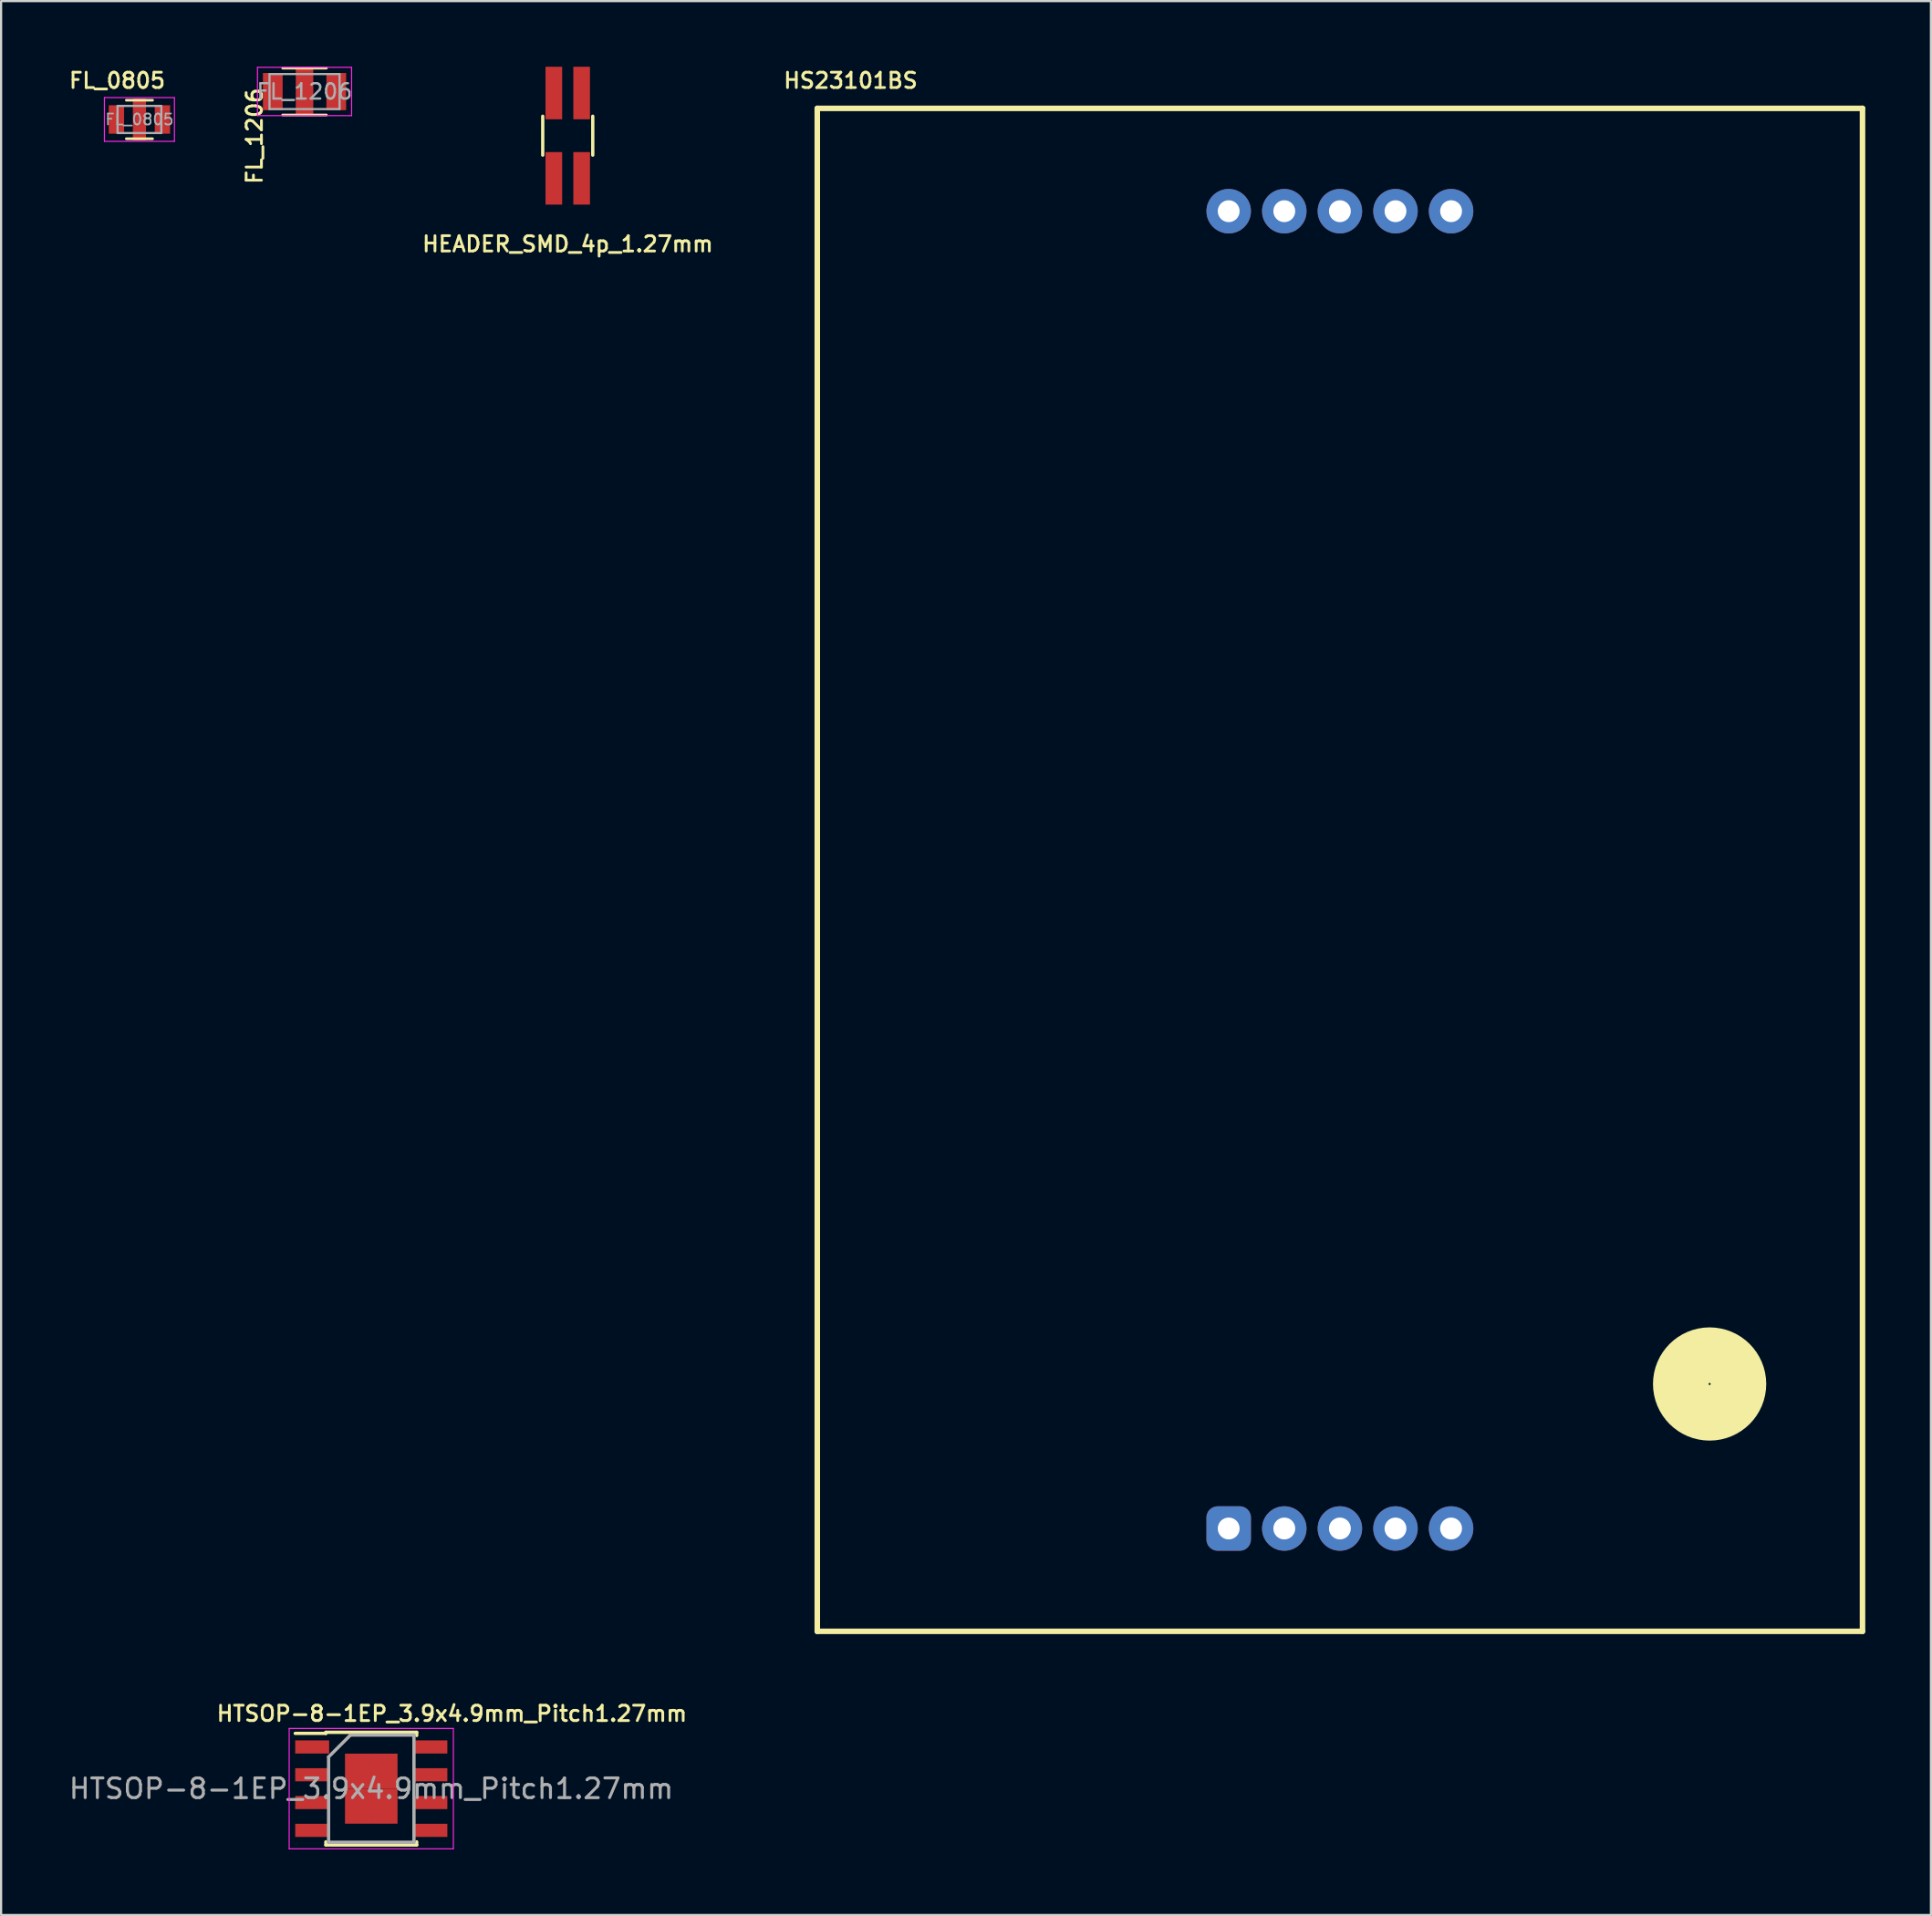
<source format=kicad_pcb>
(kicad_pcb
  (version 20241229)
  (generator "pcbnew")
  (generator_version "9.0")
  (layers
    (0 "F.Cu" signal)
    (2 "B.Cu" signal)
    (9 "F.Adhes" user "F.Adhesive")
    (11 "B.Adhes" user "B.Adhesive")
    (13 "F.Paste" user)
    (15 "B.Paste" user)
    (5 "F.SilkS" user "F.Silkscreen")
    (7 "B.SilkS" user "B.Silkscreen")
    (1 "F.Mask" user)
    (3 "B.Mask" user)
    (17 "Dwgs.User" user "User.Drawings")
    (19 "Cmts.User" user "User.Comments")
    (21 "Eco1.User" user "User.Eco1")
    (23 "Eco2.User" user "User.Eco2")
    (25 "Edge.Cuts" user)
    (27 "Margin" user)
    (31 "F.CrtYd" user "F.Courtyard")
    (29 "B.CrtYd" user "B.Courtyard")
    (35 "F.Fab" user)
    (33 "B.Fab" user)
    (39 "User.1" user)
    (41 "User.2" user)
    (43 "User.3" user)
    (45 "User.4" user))
  (footprint "HS23101BS"
    (layer "F.Cu")
    (at 58.164 36.7)
    (property "Reference" "HS23101BS" (at -22.352 -36.068 0) (layer "F.SilkS") (effects (font (size 0.7 0.7) (thickness 0.127))))
    (attr through_hole)
    (fp_line (start -23.876 -34.798) (end -23.876 34.798) (stroke (width 0.254) (type solid)) (layer "F.SilkS"))
    (fp_line (start -23.876 34.798) (end 23.876 34.798) (stroke (width 0.254) (type solid)) (layer "F.SilkS"))
    (fp_line (start 23.876 -34.798) (end -23.876 -34.798) (stroke (width 0.254) (type solid)) (layer "F.SilkS"))
    (fp_line (start 23.876 34.798) (end 23.876 -34.798) (stroke (width 0.254) (type solid)) (layer "F.SilkS"))
    (fp_circle (center 16.891 23.495) (end 16.891 22.178) (stroke (width 2.54) (type solid)) (fill no) (layer "F.SilkS"))
    (pad "1" thru_hole roundrect (at -5.08 30.099) (size 2.032 2.032) (drill 1) (layers "*.Cu" "*.Mask") (roundrect_rratio 0.25))
    (pad "2" thru_hole circle (at -2.54 30.099) (size 2.032 2.032) (drill 1) (layers "*.Cu" "*.Mask"))
    (pad "3" thru_hole circle (at 0 30.099) (size 2.032 2.032) (drill 1) (layers "*.Cu" "*.Mask"))
    (pad "4" thru_hole circle (at 2.54 30.099) (size 2.032 2.032) (drill 1) (layers "*.Cu" "*.Mask"))
    (pad "5" thru_hole circle (at 5.08 30.099) (size 2.032 2.032) (drill 1) (layers "*.Cu" "*.Mask"))
    (pad "6" thru_hole circle (at 5.08 -30.099) (size 2.032 2.032) (drill 1) (layers "*.Cu" "*.Mask"))
    (pad "7" thru_hole circle (at 2.54 -30.099) (size 2.032 2.032) (drill 1) (layers "*.Cu" "*.Mask"))
    (pad "8" thru_hole circle (at 0 -30.099) (size 2.032 2.032) (drill 1) (layers "*.Cu" "*.Mask"))
    (pad "9" thru_hole circle (at -2.54 -30.099) (size 2.032 2.032) (drill 1) (layers "*.Cu" "*.Mask"))
    (pad "10" thru_hole circle (at -5.08 -30.099) (size 2.032 2.032) (drill 1) (layers "*.Cu" "*.Mask")))
  (footprint "HTSOP-8-1EP_3.9x4.9mm_Pitch1.27mm"
    (layer "F.Cu")
    (at 13.912 78.687)
    (property "Reference" "HTSOP-8-1EP_3.9x4.9mm_Pitch1.27mm" (at 3.683 -3.429 0) (layer "F.SilkS") (effects (font (size 0.7 0.7) (thickness 0.127))))
    (attr smd)
    (fp_line (start -2.075 -2.575) (end -2.075 -2.525) (stroke (width 0.15) (type solid)) (layer "F.SilkS"))
    (fp_line (start -2.075 -2.575) (end 2.075 -2.575) (stroke (width 0.15) (type solid)) (layer "F.SilkS"))
    (fp_line (start -2.075 -2.525) (end -3.475 -2.525) (stroke (width 0.15) (type solid)) (layer "F.SilkS"))
    (fp_line (start -2.075 2.575) (end -2.075 2.43) (stroke (width 0.15) (type solid)) (layer "F.SilkS"))
    (fp_line (start -2.075 2.575) (end 2.075 2.575) (stroke (width 0.15) (type solid)) (layer "F.SilkS"))
    (fp_line (start 2.075 -2.575) (end 2.075 -2.43) (stroke (width 0.15) (type solid)) (layer "F.SilkS"))
    (fp_line (start 2.075 2.575) (end 2.075 2.43) (stroke (width 0.15) (type solid)) (layer "F.SilkS"))
    (fp_line (start -3.75 -2.75) (end -3.75 2.75) (stroke (width 0.05) (type solid)) (layer "F.CrtYd"))
    (fp_line (start -3.75 -2.75) (end 3.75 -2.75) (stroke (width 0.05) (type solid)) (layer "F.CrtYd"))
    (fp_line (start -3.75 2.75) (end 3.75 2.75) (stroke (width 0.05) (type solid)) (layer "F.CrtYd"))
    (fp_line (start 3.75 -2.75) (end 3.75 2.75) (stroke (width 0.05) (type solid)) (layer "F.CrtYd"))
    (fp_line (start -1.95 -1.45) (end -0.95 -2.45) (stroke (width 0.15) (type solid)) (layer "F.Fab"))
    (fp_line (start -1.95 2.45) (end -1.95 -1.45) (stroke (width 0.15) (type solid)) (layer "F.Fab"))
    (fp_line (start -0.95 -2.45) (end 1.95 -2.45) (stroke (width 0.15) (type solid)) (layer "F.Fab"))
    (fp_line (start 1.95 -2.45) (end 1.95 2.45) (stroke (width 0.15) (type solid)) (layer "F.Fab"))
    (fp_line (start 1.95 2.45) (end -1.95 2.45) (stroke (width 0.15) (type solid)) (layer "F.Fab"))
    (fp_text user "${REFERENCE}" (at 0 0 0) (layer "F.Fab") (effects (font (size 0.9 0.9) (thickness 0.135))))
    (pad "1" smd rect (at -2.7 -1.905) (size 1.55 0.6) (layers "F.Cu" "F.Mask" "F.Paste"))
    (pad "2" smd rect (at -2.7 -0.635) (size 1.55 0.6) (layers "F.Cu" "F.Mask" "F.Paste"))
    (pad "3" smd rect (at -2.7 0.635) (size 1.55 0.6) (layers "F.Cu" "F.Mask" "F.Paste"))
    (pad "4" smd rect (at -2.7 1.905) (size 1.55 0.6) (layers "F.Cu" "F.Mask" "F.Paste"))
    (pad "5" smd rect (at 2.7 1.905) (size 1.55 0.6) (layers "F.Cu" "F.Mask" "F.Paste"))
    (pad "6" smd rect (at 2.7 0.635) (size 1.55 0.6) (layers "F.Cu" "F.Mask" "F.Paste"))
    (pad "7" smd rect (at 2.7 -0.635) (size 1.55 0.6) (layers "F.Cu" "F.Mask" "F.Paste"))
    (pad "8" smd rect (at 2.7 -1.905) (size 1.55 0.6) (layers "F.Cu" "F.Mask" "F.Paste"))
    (pad "9" smd rect (at -0.6 -0.8) (size 1.2 1.6) (layers "F.Cu" "F.Mask" "F.Paste"))
    (pad "9" smd rect (at -0.6 0.8) (size 1.2 1.6) (layers "F.Cu" "F.Mask" "F.Paste"))
    (pad "9" smd rect (at 0.6 -0.8) (size 1.2 1.6) (layers "F.Cu" "F.Mask" "F.Paste"))
    (pad "9" smd rect (at 0.6 0.8) (size 1.2 1.6) (layers "F.Cu" "F.Mask" "F.Paste")))
  (footprint "HEADER_SMD_4p_1.27mm"
    (layer "F.Cu")
    (at 22.888 3.15)
    (property "Reference" "HEADER_SMD_4p_1.27mm" (at 0 4.953 0) (layer "F.SilkS") (effects (font (size 0.7 0.7) (thickness 0.127))))
    (attr through_hole)
    (fp_line (start -1.143 -0.889) (end -1.143 0.889) (stroke (width 0.15) (type solid)) (layer "F.SilkS"))
    (fp_line (start 1.143 -0.889) (end 1.143 0.889) (stroke (width 0.15) (type solid)) (layer "F.SilkS"))
    (pad "1" smd rect (at -0.635 1.95) (size 0.76 2.4) (layers "F.Cu" "F.Mask" "F.Paste"))
    (pad "2" smd rect (at -0.635 -1.95) (size 0.76 2.4) (layers "F.Cu" "F.Mask" "F.Paste"))
    (pad "3" smd rect (at 0.635 1.95) (size 0.76 2.4) (layers "F.Cu" "F.Mask" "F.Paste"))
    (pad "4" smd rect (at 0.635 -1.95) (size 0.76 2.4) (layers "F.Cu" "F.Mask" "F.Paste")))
  (footprint "FL_0805"
    (layer "F.Cu")
    (at 3.32 2.41)
    (property "Reference" "FL_0805" (at -1.016 -1.778 0) (layer "F.SilkS") (effects (font (size 0.7 0.7) (thickness 0.127))))
    (attr smd)
    (fp_line (start -0.6 -0.88) (end 0.6 -0.88) (stroke (width 0.12) (type solid)) (layer "F.SilkS"))
    (fp_line (start 0.6 0.88) (end -0.6 0.88) (stroke (width 0.12) (type solid)) (layer "F.SilkS"))
    (fp_line (start -1.6 -1) (end -1.6 1) (stroke (width 0.05) (type solid)) (layer "F.CrtYd"))
    (fp_line (start -1.6 -1) (end 1.6 -1) (stroke (width 0.05) (type solid)) (layer "F.CrtYd"))
    (fp_line (start -1.6 1) (end 1.6 1) (stroke (width 0.05) (type solid)) (layer "F.CrtYd"))
    (fp_line (start 1.6 -1) (end 1.6 1) (stroke (width 0.05) (type solid)) (layer "F.CrtYd"))
    (fp_line (start -1 -0.62) (end 1 -0.62) (stroke (width 0.1) (type solid)) (layer "F.Fab"))
    (fp_line (start -1 0.62) (end -1 -0.62) (stroke (width 0.1) (type solid)) (layer "F.Fab"))
    (fp_line (start 1 -0.62) (end 1 0.62) (stroke (width 0.1) (type solid)) (layer "F.Fab"))
    (fp_line (start 1 0.62) (end -1 0.62) (stroke (width 0.1) (type solid)) (layer "F.Fab"))
    (fp_text user "${REFERENCE}" (at 0 0 0) (layer "F.Fab") (effects (font (size 0.5 0.5) (thickness 0.075))))
    (pad "1" smd rect (at -1.05 0) (size 0.7 1.3) (layers "F.Cu" "F.Mask" "F.Paste"))
    (pad "2" smd rect (at 0 0) (size 0.6 1.9) (layers "F.Cu" "F.Mask" "F.Paste"))
    (pad "3" smd rect (at 1.05 0) (size 0.7 1.3) (layers "F.Cu" "F.Mask" "F.Paste")))
  (footprint "FL_1206"
    (layer "F.Cu")
    (at 10.863 1.135)
    (property "Reference" "FL_1206" (at -2.286 2.032 90) (layer "F.SilkS") (effects (font (size 0.7 0.7) (thickness 0.127))))
    (attr smd)
    (fp_line (start -1 -1.07) (end 1 -1.07) (stroke (width 0.12) (type solid)) (layer "F.SilkS"))
    (fp_line (start 1 1.07) (end -1 1.07) (stroke (width 0.12) (type solid)) (layer "F.SilkS"))
    (fp_line (start -2.15 -1.11) (end -2.15 1.1) (stroke (width 0.05) (type solid)) (layer "F.CrtYd"))
    (fp_line (start -2.15 -1.11) (end 2.15 -1.11) (stroke (width 0.05) (type solid)) (layer "F.CrtYd"))
    (fp_line (start 2.15 1.1) (end -2.15 1.1) (stroke (width 0.05) (type solid)) (layer "F.CrtYd"))
    (fp_line (start 2.15 1.1) (end 2.15 -1.11) (stroke (width 0.05) (type solid)) (layer "F.CrtYd"))
    (fp_line (start -1.6 -0.8) (end 1.6 -0.8) (stroke (width 0.1) (type solid)) (layer "F.Fab"))
    (fp_line (start -1.6 0.8) (end -1.6 -0.8) (stroke (width 0.1) (type solid)) (layer "F.Fab"))
    (fp_line (start 1.6 -0.8) (end 1.6 0.8) (stroke (width 0.1) (type solid)) (layer "F.Fab"))
    (fp_line (start 1.6 0.8) (end -1.6 0.8) (stroke (width 0.1) (type solid)) (layer "F.Fab"))
    (fp_text user "${REFERENCE}" (at 0 0 0) (layer "F.Fab") (effects (font (size 0.7 0.7) (thickness 0.105))))
    (pad "1" smd rect (at -1.45 0) (size 0.9 1.7) (layers "F.Cu" "F.Mask" "F.Paste"))
    (pad "2" smd rect (at 0 0) (size 0.8 2.2) (layers "F.Cu" "F.Mask" "F.Paste"))
    (pad "3" smd rect (at 1.45 0) (size 0.9 1.7) (layers "F.Cu" "F.Mask" "F.Paste")))
  (gr_rect
    (start -3 -3)
    (end 85.167 84.462)
    (stroke (width 0.1) (type default))
    (fill no)
    (layer "Edge.Cuts")))
</source>
